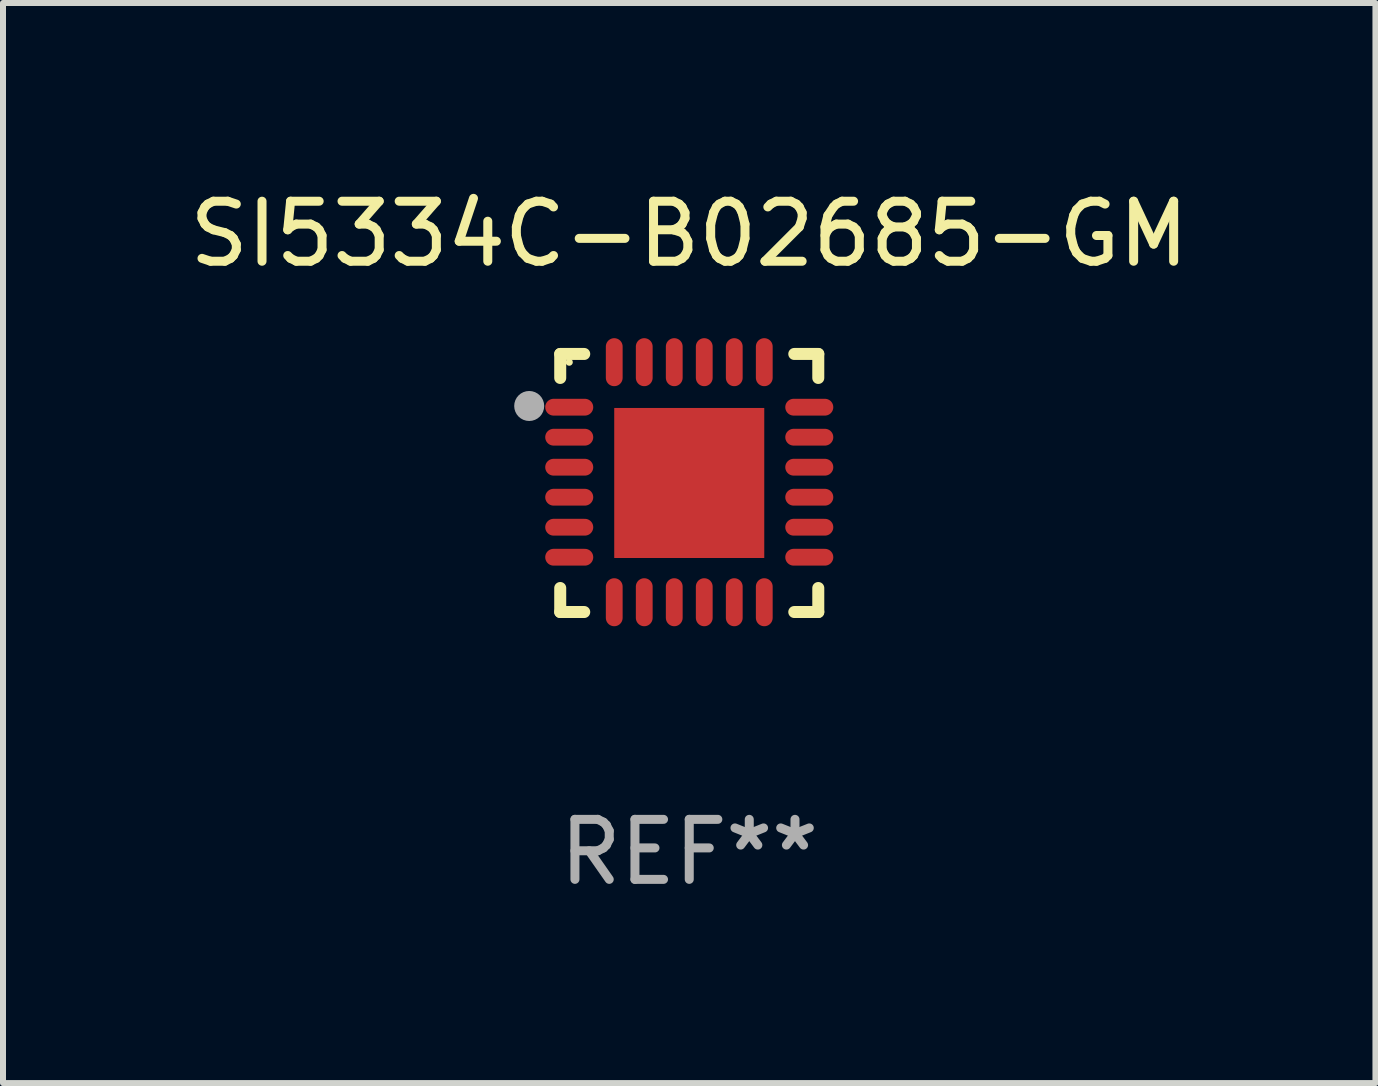
<source format=kicad_pcb>
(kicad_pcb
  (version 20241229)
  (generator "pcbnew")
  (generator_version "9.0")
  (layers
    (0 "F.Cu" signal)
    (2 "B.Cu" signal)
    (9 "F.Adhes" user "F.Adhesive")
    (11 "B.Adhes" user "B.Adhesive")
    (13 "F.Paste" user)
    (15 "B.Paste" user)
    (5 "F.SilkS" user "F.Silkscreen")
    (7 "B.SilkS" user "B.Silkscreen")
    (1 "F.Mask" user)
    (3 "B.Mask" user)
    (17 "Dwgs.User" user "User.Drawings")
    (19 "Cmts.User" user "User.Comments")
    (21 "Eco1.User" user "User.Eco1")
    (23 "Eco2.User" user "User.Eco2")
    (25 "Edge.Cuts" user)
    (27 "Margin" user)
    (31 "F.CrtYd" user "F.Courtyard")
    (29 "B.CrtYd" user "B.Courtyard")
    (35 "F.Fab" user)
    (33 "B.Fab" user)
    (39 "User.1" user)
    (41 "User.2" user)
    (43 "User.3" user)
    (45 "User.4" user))
  (footprint "SI5334C-B02685-GM"
    (layer "F.Cu")
    (at 8.435 4.998)
    (property "Reference" "SI5334C-B02685-GM" (at 0 -4.15 0) (layer "F.SilkS") (effects (font (size 1 1) (thickness 0.15))))
    (attr through_hole)
    (fp_line (start -2.15 -2.15) (end -1.75 -2.15) (stroke (width 0.2) (type solid)) (layer "F.SilkS"))
    (fp_line (start -2.15 -1.75) (end -2.15 -2.15) (stroke (width 0.2) (type solid)) (layer "F.SilkS"))
    (fp_line (start -2.15 2.15) (end -2.15 1.75) (stroke (width 0.2) (type solid)) (layer "F.SilkS"))
    (fp_line (start -1.75 2.15) (end -2.15 2.15) (stroke (width 0.2) (type solid)) (layer "F.SilkS"))
    (fp_line (start 1.75 -2.15) (end 2.15 -2.15) (stroke (width 0.2) (type solid)) (layer "F.SilkS"))
    (fp_line (start 1.75 2.15) (end 2.15 2.15) (stroke (width 0.2) (type solid)) (layer "F.SilkS"))
    (fp_line (start 2.15 -2.15) (end 2.15 -1.75) (stroke (width 0.2) (type solid)) (layer "F.SilkS"))
    (fp_line (start 2.15 2.15) (end 2.15 1.75) (stroke (width 0.2) (type solid)) (layer "F.SilkS"))
    (fp_circle (center -2 -2.013) (end -1.97 -2.013) (stroke (width 0.06) (type solid)) (fill no) (layer "F.SilkS"))
    (fp_circle (center -2.667 -1.283) (end -2.542 -1.283) (stroke (width 0.25) (type solid)) (fill no) (layer "F.Fab"))
    (fp_text user "REF**" (at 0 6.15 0) (layer "F.Fab") (effects (font (size 1 1) (thickness 0.15))))
    (pad "1" smd oval (at -2 -1.263) (size 0.8 0.28) (layers "F.Cu" "F.Mask" "F.Paste"))
    (pad "2" smd oval (at -2 -0.763) (size 0.8 0.28) (layers "F.Cu" "F.Mask" "F.Paste"))
    (pad "3" smd oval (at -2 -0.263) (size 0.8 0.28) (layers "F.Cu" "F.Mask" "F.Paste"))
    (pad "4" smd oval (at -2 0.237) (size 0.8 0.28) (layers "F.Cu" "F.Mask" "F.Paste"))
    (pad "5" smd oval (at -2 0.737) (size 0.8 0.28) (layers "F.Cu" "F.Mask" "F.Paste"))
    (pad "6" smd oval (at -2 1.237) (size 0.8 0.28) (layers "F.Cu" "F.Mask" "F.Paste"))
    (pad "7" smd oval (at -1.25 1.987) (size 0.28 0.8) (layers "F.Cu" "F.Mask" "F.Paste"))
    (pad "8" smd oval (at -0.75 1.987) (size 0.28 0.8) (layers "F.Cu" "F.Mask" "F.Paste"))
    (pad "9" smd oval (at -0.25 1.987) (size 0.28 0.8) (layers "F.Cu" "F.Mask" "F.Paste"))
    (pad "10" smd oval (at 0.25 1.987) (size 0.28 0.8) (layers "F.Cu" "F.Mask" "F.Paste"))
    (pad "11" smd oval (at 0.75 1.987) (size 0.28 0.8) (layers "F.Cu" "F.Mask" "F.Paste"))
    (pad "12" smd oval (at 1.25 1.987) (size 0.28 0.8) (layers "F.Cu" "F.Mask" "F.Paste"))
    (pad "13" smd oval (at 2 1.237) (size 0.8 0.28) (layers "F.Cu" "F.Mask" "F.Paste"))
    (pad "14" smd oval (at 2 0.737) (size 0.8 0.28) (layers "F.Cu" "F.Mask" "F.Paste"))
    (pad "15" smd oval (at 2 0.237) (size 0.8 0.28) (layers "F.Cu" "F.Mask" "F.Paste"))
    (pad "16" smd oval (at 2 -0.263) (size 0.8 0.28) (layers "F.Cu" "F.Mask" "F.Paste"))
    (pad "17" smd oval (at 2 -0.763) (size 0.8 0.28) (layers "F.Cu" "F.Mask" "F.Paste"))
    (pad "18" smd oval (at 2 -1.263) (size 0.8 0.28) (layers "F.Cu" "F.Mask" "F.Paste"))
    (pad "19" smd oval (at 1.25 -2.013) (size 0.28 0.8) (layers "F.Cu" "F.Mask" "F.Paste"))
    (pad "20" smd oval (at 0.75 -2.013) (size 0.28 0.8) (layers "F.Cu" "F.Mask" "F.Paste"))
    (pad "21" smd oval (at 0.25 -2.013) (size 0.28 0.8) (layers "F.Cu" "F.Mask" "F.Paste"))
    (pad "22" smd oval (at -0.25 -2.013) (size 0.28 0.8) (layers "F.Cu" "F.Mask" "F.Paste"))
    (pad "23" smd oval (at -0.75 -2.013) (size 0.28 0.8) (layers "F.Cu" "F.Mask" "F.Paste"))
    (pad "24" smd oval (at -1.25 -2.013) (size 0.28 0.8) (layers "F.Cu" "F.Mask" "F.Paste"))
    (pad "25" smd rect (at -0.000127 -0.00014) (size 2.5 2.5) (layers "F.Cu" "F.Mask" "F.Paste")))
  (gr_rect
    (start -3 -3)
    (end 19.869 14.997)
    (stroke (width 0.1) (type default))
    (fill no)
    (layer "Edge.Cuts")))
</source>
